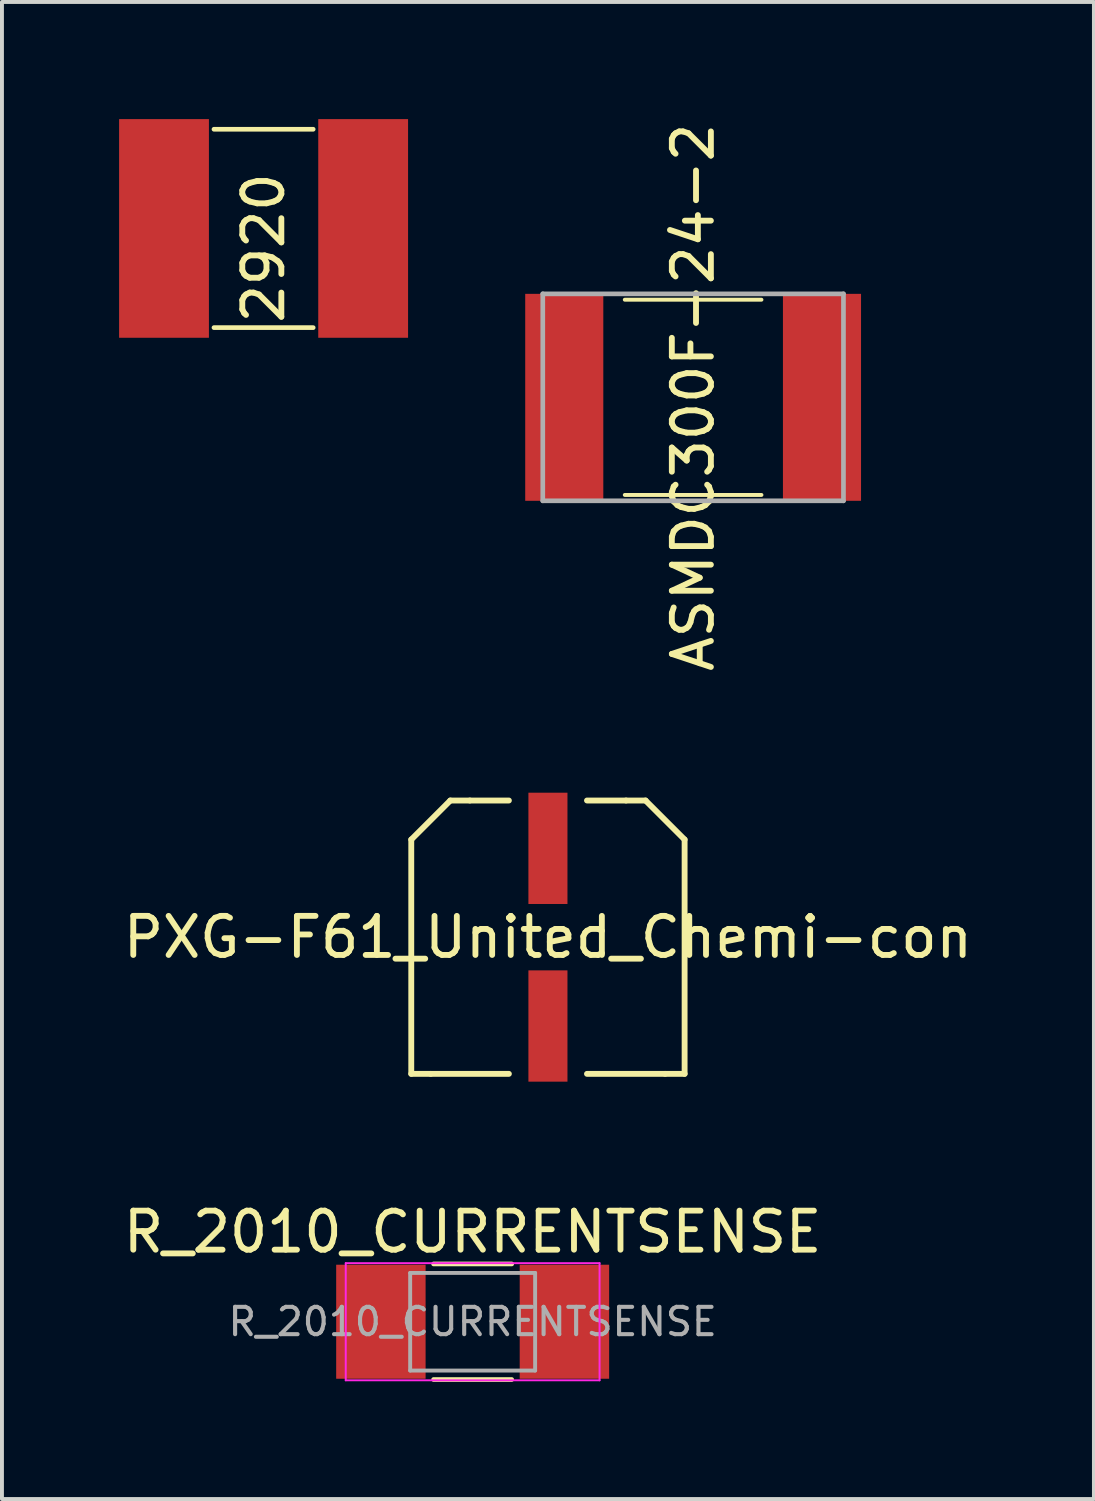
<source format=kicad_pcb>
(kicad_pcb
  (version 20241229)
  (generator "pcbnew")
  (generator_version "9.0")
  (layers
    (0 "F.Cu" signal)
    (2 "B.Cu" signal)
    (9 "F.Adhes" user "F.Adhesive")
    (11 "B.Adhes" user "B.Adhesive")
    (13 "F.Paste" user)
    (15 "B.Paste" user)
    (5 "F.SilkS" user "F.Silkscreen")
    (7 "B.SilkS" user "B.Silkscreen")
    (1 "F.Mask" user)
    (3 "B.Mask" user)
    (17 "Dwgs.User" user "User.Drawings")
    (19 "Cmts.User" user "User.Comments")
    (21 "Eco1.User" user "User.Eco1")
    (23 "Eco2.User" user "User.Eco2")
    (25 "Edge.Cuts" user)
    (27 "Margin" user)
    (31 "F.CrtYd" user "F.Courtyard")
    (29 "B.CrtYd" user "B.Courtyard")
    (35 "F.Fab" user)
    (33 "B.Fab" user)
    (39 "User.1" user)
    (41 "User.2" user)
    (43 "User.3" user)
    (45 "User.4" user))
  (footprint "R_2010_CURRENTSENSE"
    (layer "F.Cu")
    (at 9.054 30.798)
    (property "Reference" "R_2010_CURRENTSENSE" (at 0 -2.3 0) (layer "F.SilkS") (effects (font (size 1 1) (thickness 0.15))))
    (attr smd)
    (fp_line (start -1 -1.48) (end 1 -1.48) (stroke (width 0.12) (type solid)) (layer "F.SilkS"))
    (fp_line (start 1 1.48) (end -1 1.48) (stroke (width 0.12) (type solid)) (layer "F.SilkS"))
    (fp_line (start -3.25 -1.5) (end -3.25 1.5) (stroke (width 0.05) (type solid)) (layer "F.CrtYd"))
    (fp_line (start -3.25 -1.5) (end 3.25 -1.5) (stroke (width 0.05) (type solid)) (layer "F.CrtYd"))
    (fp_line (start 3.25 1.5) (end -3.25 1.5) (stroke (width 0.05) (type solid)) (layer "F.CrtYd"))
    (fp_line (start 3.25 1.5) (end 3.25 -1.5) (stroke (width 0.05) (type solid)) (layer "F.CrtYd"))
    (fp_line (start -1.6 -1.25) (end 1.6 -1.25) (stroke (width 0.1) (type solid)) (layer "F.Fab"))
    (fp_line (start -1.6 1.25) (end -1.6 -1.25) (stroke (width 0.1) (type solid)) (layer "F.Fab"))
    (fp_line (start 1.6 -1.25) (end 1.6 1.25) (stroke (width 0.1) (type solid)) (layer "F.Fab"))
    (fp_line (start 1.6 1.25) (end -1.6 1.25) (stroke (width 0.1) (type solid)) (layer "F.Fab"))
    (fp_text user "${REFERENCE}" (at 0 0 0) (layer "F.Fab") (effects (font (size 0.7 0.7) (thickness 0.105))))
    (pad "1" smd rect (at -2.35 0) (size 2.29 2.92) (layers "F.Cu" "F.Mask" "F.Paste"))
    (pad "2" smd rect (at 2.35 0) (size 2.29 2.92) (layers "F.Cu" "F.Mask" "F.Paste")))
  (footprint "2920"
    (layer "F.Cu")
    (at 3.7 2.8)
    (property "Reference" "2920" (at 0 0.5 90) (layer "F.SilkS") (effects (font (size 1 1) (thickness 0.15))))
    (attr through_hole)
    (fp_line (start -1.27 -2.54) (end 1.27 -2.54) (stroke (width 0.12) (type solid)) (layer "F.SilkS"))
    (fp_line (start -1.27 2.54) (end 1.27 2.54) (stroke (width 0.12) (type solid)) (layer "F.SilkS"))
    (pad "1" smd rect (at -2.55 0) (size 2.3 5.6) (layers "F.Cu" "F.Mask" "F.Paste"))
    (pad "2" smd rect (at 2.55 0) (size 2.3 5.6) (layers "F.Cu" "F.Mask" "F.Paste")))
  (footprint "PXG-F61_United_Chemi-con"
    (layer "F.Cu")
    (at 10.982 20.95)
    (property "Reference" "PXG-F61_United_Chemi-con" (at 0 0 0) (layer "F.SilkS") (effects (font (size 1 1) (thickness 0.15))))
    (attr smd)
    (fp_line (start -3.5 -2.5) (end -3.5 3.5) (stroke (width 0.15) (type solid)) (layer "F.SilkS"))
    (fp_line (start -3.5 3.5) (end -3 3.5) (stroke (width 0.15) (type solid)) (layer "F.SilkS"))
    (fp_line (start -3 3.5) (end -1 3.5) (stroke (width 0.15) (type solid)) (layer "F.SilkS"))
    (fp_line (start -2.5 -3.5) (end -3.5 -2.5) (stroke (width 0.15) (type solid)) (layer "F.SilkS"))
    (fp_line (start -2 -3.5) (end -2.5 -3.5) (stroke (width 0.15) (type solid)) (layer "F.SilkS"))
    (fp_line (start -1 -3.5) (end -2 -3.5) (stroke (width 0.15) (type solid)) (layer "F.SilkS"))
    (fp_line (start 1 -3.5) (end 2 -3.5) (stroke (width 0.15) (type solid)) (layer "F.SilkS"))
    (fp_line (start 2 -3.5) (end 2.5 -3.5) (stroke (width 0.15) (type solid)) (layer "F.SilkS"))
    (fp_line (start 2.5 -3.5) (end 3.5 -2.5) (stroke (width 0.15) (type solid)) (layer "F.SilkS"))
    (fp_line (start 3 3.5) (end 1 3.5) (stroke (width 0.15) (type solid)) (layer "F.SilkS"))
    (fp_line (start 3.5 -2.5) (end 3.5 3.5) (stroke (width 0.15) (type solid)) (layer "F.SilkS"))
    (fp_line (start 3.5 3.5) (end 3 3.5) (stroke (width 0.15) (type solid)) (layer "F.SilkS"))
    (pad "1" smd rect (at 0 -2.275) (size 1 2.85) (layers "F.Cu" "F.Mask" "F.Paste"))
    (pad "2" smd rect (at 0 2.275) (size 1 2.85) (layers "F.Cu" "F.Mask" "F.Paste")))
  (footprint "ASMDC300F-24-2"
    (layer "F.Cu")
    (at 14.7 7.125)
    (property "Reference" "ASMDC300F-24-2" (at 0 0 90) (layer "F.SilkS") (effects (font (size 1 1) (thickness 0.15))))
    (attr smd)
    (fp_line (start -1.75 -2.5) (end 1.75 -2.5) (stroke (width 0.1) (type solid)) (layer "F.SilkS"))
    (fp_line (start -1.75 2.5) (end 1.75 2.5) (stroke (width 0.1) (type solid)) (layer "F.SilkS"))
    (fp_line (start -3.85 -2.65) (end -3.85 2.65) (stroke (width 0.12) (type solid)) (layer "F.Fab"))
    (fp_line (start -3.85 2.65) (end 3.85 2.65) (stroke (width 0.12) (type solid)) (layer "F.Fab"))
    (fp_line (start 3.85 -2.65) (end -3.85 -2.65) (stroke (width 0.12) (type solid)) (layer "F.Fab"))
    (fp_line (start 3.85 2.65) (end 3.85 -2.65) (stroke (width 0.12) (type solid)) (layer "F.Fab"))
    (pad "1" smd rect (at -3.3 0) (size 2 5.3) (layers "F.Cu" "F.Mask" "F.Paste"))
    (pad "2" smd rect (at 3.3 0) (size 2 5.3) (layers "F.Cu" "F.Mask" "F.Paste")))
  (gr_rect
    (start -3 -3)
    (end 24.964 35.338)
    (stroke (width 0.1) (type default))
    (fill no)
    (layer "Edge.Cuts")))
</source>
